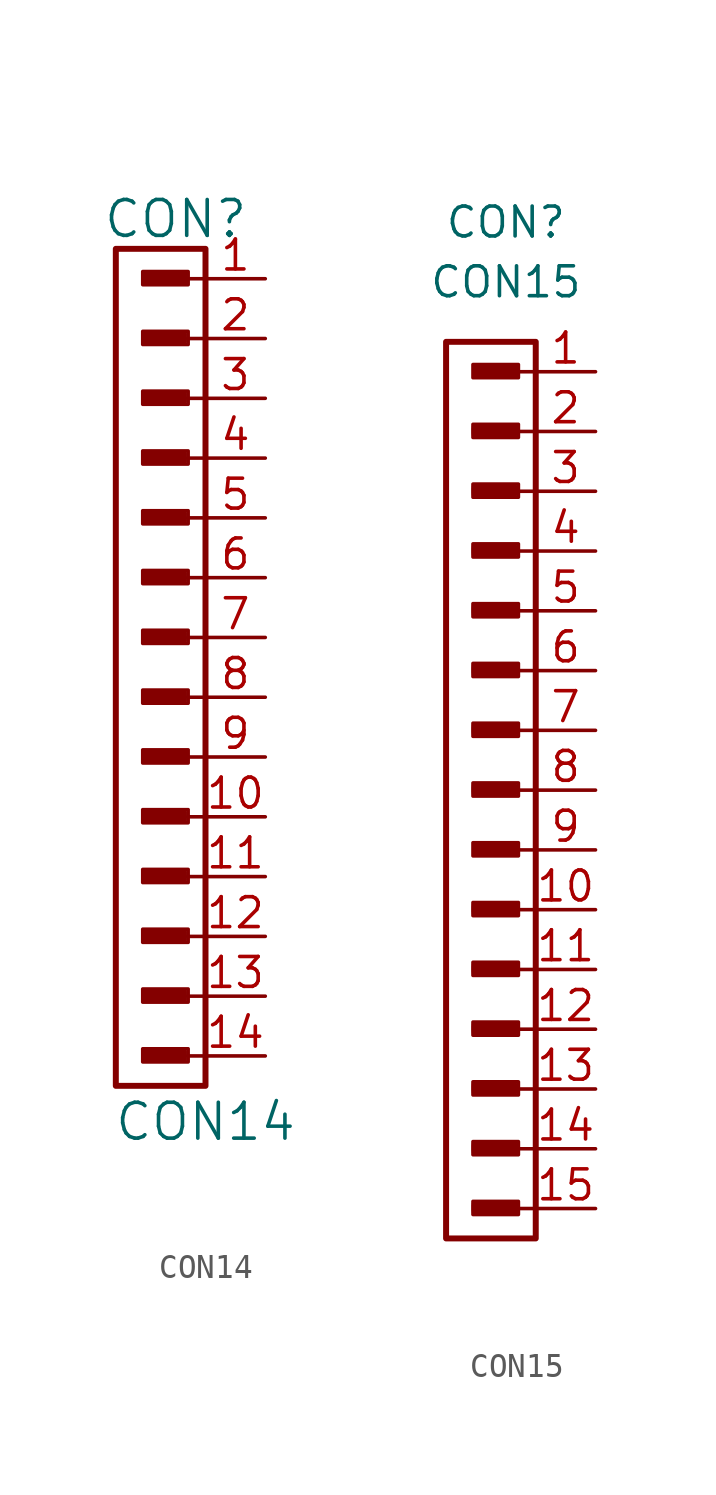
<source format=kicad_sym>
(kicad_symbol_lib
  (version 20211014)
  (generator kicad_symbol_editor)
  (symbol "CON14"
    (pin_names
      (offset 1.016))
    (property "Reference" "CON"
      (at -1.27 17.78 0)
      (effects (font (size 1.524 1.524))))
    (property "Value" "CON14"
      (at 0 -20.574 0)
      (effects (font (size 1.524 1.524))))
    (property "Footprint" ""
      (at -1.905 13.97 0)
      (effects (font (size 1.524 1.524))))
    (property "Datasheet" ""
      (at -1.905 13.97 0)
      (effects (font (size 1.524 1.524))))
    (symbol "CON14_0_0"
      (rectangle (start -2.642 -17.932) (end -0.864 -17.577) (stroke (width 0) (type default) (color 0 0 0 0)) (fill (type none)))
      (rectangle (start -2.642 -15.392) (end -0.864 -15.037) (stroke (width 0) (type default) (color 0 0 0 0)) (fill (type none)))
      (rectangle (start -2.642 -12.852) (end -0.864 -12.497) (stroke (width 0) (type default) (color 0 0 0 0)) (fill (type none)))
      (rectangle (start -2.642 -10.312) (end -0.864 -9.957) (stroke (width 0) (type default) (color 0 0 0 0)) (fill (type none)))
      (rectangle (start -2.642 -7.772) (end -0.864 -7.417) (stroke (width 0) (type default) (color 0 0 0 0)) (fill (type none)))
      (rectangle (start -2.642 -2.692) (end -0.864 -2.337) (stroke (width 0) (type default) (color 0 0 0 0)) (fill (type none)))
      (rectangle (start -2.642 -0.152) (end -0.864 0.203) (stroke (width 0) (type default) (color 0 0 0 0)) (fill (type none)))
      (rectangle (start -2.642 2.388) (end -0.864 2.743) (stroke (width 0) (type default) (color 0 0 0 0)) (fill (type none)))
      (rectangle (start -2.642 4.928) (end -0.864 5.283) (stroke (width 0) (type default) (color 0 0 0 0)) (fill (type none)))
      (rectangle (start -2.642 7.468) (end -0.864 7.823) (stroke (width 0) (type default) (color 0 0 0 0)) (fill (type none)))
      (rectangle (start -2.642 10.008) (end -0.864 10.363) (stroke (width 0) (type default) (color 0 0 0 0)) (fill (type none)))
      (rectangle (start -2.642 12.548) (end -0.864 12.903) (stroke (width 0) (type default) (color 0 0 0 0)) (fill (type none)))
      (rectangle (start -2.616 -17.831) (end -0.965 -17.729) (stroke (width 0) (type default) (color 0 0 0 0)) (fill (type none)))
      (rectangle (start -2.616 -15.291) (end -0.965 -15.189) (stroke (width 0) (type default) (color 0 0 0 0)) (fill (type none)))
      (rectangle (start -2.616 -12.751) (end -0.965 -12.649) (stroke (width 0) (type default) (color 0 0 0 0)) (fill (type none)))
      (rectangle (start -2.616 -10.211) (end -0.965 -10.109) (stroke (width 0) (type default) (color 0 0 0 0)) (fill (type none)))
      (rectangle (start -2.616 -7.671) (end -0.965 -7.569) (stroke (width 0) (type default) (color 0 0 0 0)) (fill (type none)))
      (rectangle (start -2.616 -5.232) (end -0.838 -4.877) (stroke (width 0) (type default) (color 0 0 0 0)) (fill (type none)))
      (rectangle (start -2.616 -2.591) (end -0.965 -2.489) (stroke (width 0) (type default) (color 0 0 0 0)) (fill (type none)))
      (rectangle (start -2.616 -0.051) (end -0.965 0.051) (stroke (width 0) (type default) (color 0 0 0 0)) (fill (type none)))
      (rectangle (start -2.616 2.489) (end -0.965 2.591) (stroke (width 0) (type default) (color 0 0 0 0)) (fill (type none)))
      (rectangle (start -2.616 5.029) (end -0.965 5.131) (stroke (width 0) (type default) (color 0 0 0 0)) (fill (type none)))
      (rectangle (start -2.616 7.569) (end -0.965 7.671) (stroke (width 0) (type default) (color 0 0 0 0)) (fill (type none)))
      (rectangle (start -2.616 10.109) (end -0.965 10.211) (stroke (width 0) (type default) (color 0 0 0 0)) (fill (type none)))
      (rectangle (start -2.616 12.649) (end -0.965 12.751) (stroke (width 0) (type default) (color 0 0 0 0)) (fill (type none)))
      (rectangle (start -2.616 15.088) (end -0.838 15.443) (stroke (width 0) (type default) (color 0 0 0 0)) (fill (type none)))
      (rectangle (start -2.591 -5.105) (end -0.94 -5.004) (stroke (width 0) (type default) (color 0 0 0 0)) (fill (type none)))
      (rectangle (start -2.591 15.215) (end -0.94 15.316) (stroke (width 0) (type default) (color 0 0 0 0)) (fill (type none)))
      (rectangle (start -0.965 -17.653) (end -2.642 -17.856) (stroke (width 0) (type default) (color 0 0 0 0)) (fill (type none)))
      (rectangle (start -0.965 -15.113) (end -2.642 -15.316) (stroke (width 0) (type default) (color 0 0 0 0)) (fill (type none)))
      (rectangle (start -0.965 -12.573) (end -2.642 -12.776) (stroke (width 0) (type default) (color 0 0 0 0)) (fill (type none)))
      (rectangle (start -0.965 -10.033) (end -2.642 -10.236) (stroke (width 0) (type default) (color 0 0 0 0)) (fill (type none)))
      (rectangle (start -0.965 -7.493) (end -2.642 -7.696) (stroke (width 0) (type default) (color 0 0 0 0)) (fill (type none)))
      (rectangle (start -0.965 -2.413) (end -2.642 -2.616) (stroke (width 0) (type default) (color 0 0 0 0)) (fill (type none)))
      (rectangle (start -0.965 0.127) (end -2.642 -0.076) (stroke (width 0) (type default) (color 0 0 0 0)) (fill (type none)))
      (rectangle (start -0.965 2.667) (end -2.642 2.464) (stroke (width 0) (type default) (color 0 0 0 0)) (fill (type none)))
      (rectangle (start -0.965 5.207) (end -2.642 5.004) (stroke (width 0) (type default) (color 0 0 0 0)) (fill (type none)))
      (rectangle (start -0.965 7.747) (end -2.642 7.544) (stroke (width 0) (type default) (color 0 0 0 0)) (fill (type none)))
      (rectangle (start -0.965 10.287) (end -2.642 10.084) (stroke (width 0) (type default) (color 0 0 0 0)) (fill (type none)))
      (rectangle (start -0.965 12.827) (end -2.642 12.624) (stroke (width 0) (type default) (color 0 0 0 0)) (fill (type none)))
      (rectangle (start -0.864 -4.978) (end -2.54 -5.182) (stroke (width 0) (type default) (color 0 0 0 0)) (fill (type none)))
      (rectangle (start -0.864 15.342) (end -2.54 15.138) (stroke (width 0) (type default) (color 0 0 0 0)) (fill (type none)))
      (rectangle (start -0.737 -17.475) (end -2.667 -18.034) (stroke (width 0) (type default) (color 0 0 0 0)) (fill (type none)))
      (rectangle (start -0.737 -14.935) (end -2.667 -15.494) (stroke (width 0) (type default) (color 0 0 0 0)) (fill (type none)))
      (rectangle (start -0.737 -12.395) (end -2.667 -12.954) (stroke (width 0) (type default) (color 0 0 0 0)) (fill (type none)))
      (rectangle (start -0.737 -9.855) (end -2.667 -10.414) (stroke (width 0) (type default) (color 0 0 0 0)) (fill (type none)))
      (rectangle (start -0.737 -7.315) (end -2.667 -7.874) (stroke (width 0) (type default) (color 0 0 0 0)) (fill (type none)))
      (rectangle (start -0.737 -4.775) (end -2.667 -5.334) (stroke (width 0) (type default) (color 0 0 0 0)) (fill (type none)))
      (rectangle (start -0.737 -2.235) (end -2.667 -2.794) (stroke (width 0) (type default) (color 0 0 0 0)) (fill (type none)))
      (rectangle (start -0.737 0.305) (end -2.667 -0.254) (stroke (width 0) (type default) (color 0 0 0 0)) (fill (type none)))
      (rectangle (start -0.737 2.845) (end -2.667 2.286) (stroke (width 0) (type default) (color 0 0 0 0)) (fill (type none)))
      (rectangle (start -0.737 5.385) (end -2.667 4.826) (stroke (width 0) (type default) (color 0 0 0 0)) (fill (type none)))
      (rectangle (start -0.737 7.925) (end -2.667 7.366) (stroke (width 0) (type default) (color 0 0 0 0)) (fill (type none)))
      (rectangle (start -0.737 10.465) (end -2.667 9.906) (stroke (width 0) (type default) (color 0 0 0 0)) (fill (type none)))
      (rectangle (start -0.737 13.005) (end -2.667 12.446) (stroke (width 0) (type default) (color 0 0 0 0)) (fill (type none)))
      (rectangle (start -0.737 15.545) (end -2.667 14.986) (stroke (width 0) (type default) (color 0 0 0 0)) (fill (type none)))
      (polyline (pts (xy 0 -17.78) (xy -0.762 -17.78)) (stroke (width 0) (type default) (color 0 0 0 0)) (fill (type none)))
      (polyline (pts (xy 0 -15.24) (xy -0.762 -15.24)) (stroke (width 0) (type default) (color 0 0 0 0)) (fill (type none)))
      (polyline (pts (xy 0 -12.7) (xy -0.762 -12.7)) (stroke (width 0) (type default) (color 0 0 0 0)) (fill (type none)))
      (polyline (pts (xy 0 -10.16) (xy -0.762 -10.16)) (stroke (width 0) (type default) (color 0 0 0 0)) (fill (type none)))
      (polyline (pts (xy 0 -7.62) (xy -0.762 -7.62)) (stroke (width 0) (type default) (color 0 0 0 0)) (fill (type none)))
      (polyline (pts (xy 0 -5.08) (xy -0.762 -5.08)) (stroke (width 0) (type default) (color 0 0 0 0)) (fill (type none)))
      (polyline (pts (xy 0 -2.54) (xy -0.762 -2.54)) (stroke (width 0) (type default) (color 0 0 0 0)) (fill (type none)))
      (polyline (pts (xy 0 0) (xy -0.762 0)) (stroke (width 0) (type default) (color 0 0 0 0)) (fill (type none)))
      (polyline (pts (xy 0 2.54) (xy -0.762 2.54)) (stroke (width 0) (type default) (color 0 0 0 0)) (fill (type none)))
      (polyline (pts (xy 0 5.08) (xy -0.762 5.08)) (stroke (width 0) (type default) (color 0 0 0 0)) (fill (type none)))
      (polyline (pts (xy 0 7.62) (xy -0.762 7.62)) (stroke (width 0) (type default) (color 0 0 0 0)) (fill (type none)))
      (polyline (pts (xy 0 10.16) (xy -0.762 10.16)) (stroke (width 0) (type default) (color 0 0 0 0)) (fill (type none)))
      (polyline (pts (xy 0 12.7) (xy -0.762 12.7)) (stroke (width 0) (type default) (color 0 0 0 0)) (fill (type none)))
      (polyline (pts (xy 0 15.24) (xy -0.762 15.24)) (stroke (width 0) (type default) (color 0 0 0 0)) (fill (type none))))
    (symbol "CON14_0_1"
      (rectangle (start 0 16.51) (end -3.81 -19.05) (stroke (width 0.254) (type default) (color 0 0 0 0)) (fill (type none))))
    (symbol "CON14_1_1"
      (pin passive line (at 2.54 15.24 180) (length 2.54) (name "~" (effects (font (size 1.27 1.27)))) (number "1" (effects (font (size 1.27 1.27)))))
      (pin passive line (at 2.54 -7.62 180) (length 2.54) (name "~" (effects (font (size 1.27 1.27)))) (number "10" (effects (font (size 1.27 1.27)))))
      (pin passive line (at 2.54 -10.16 180) (length 2.54) (name "~" (effects (font (size 1.27 1.27)))) (number "11" (effects (font (size 1.27 1.27)))))
      (pin passive line (at 2.54 -12.7 180) (length 2.54) (name "~" (effects (font (size 1.27 1.27)))) (number "12" (effects (font (size 1.27 1.27)))))
      (pin passive line (at 2.54 -15.24 180) (length 2.54) (name "~" (effects (font (size 1.27 1.27)))) (number "13" (effects (font (size 1.27 1.27)))))
      (pin passive line (at 2.54 -17.78 180) (length 2.54) (name "~" (effects (font (size 1.27 1.27)))) (number "14" (effects (font (size 1.27 1.27)))))
      (pin passive line (at 2.54 12.7 180) (length 2.54) (name "~" (effects (font (size 1.27 1.27)))) (number "2" (effects (font (size 1.27 1.27)))))
      (pin passive line (at 2.54 10.16 180) (length 2.54) (name "~" (effects (font (size 1.27 1.27)))) (number "3" (effects (font (size 1.27 1.27)))))
      (pin passive line (at 2.54 7.62 180) (length 2.54) (name "~" (effects (font (size 1.27 1.27)))) (number "4" (effects (font (size 1.27 1.27)))))
      (pin passive line (at 2.54 5.08 180) (length 2.54) (name "~" (effects (font (size 1.27 1.27)))) (number "5" (effects (font (size 1.27 1.27)))))
      (pin passive line (at 2.54 2.54 180) (length 2.54) (name "~" (effects (font (size 1.27 1.27)))) (number "6" (effects (font (size 1.27 1.27)))))
      (pin passive line (at 2.54 0 180) (length 2.54) (name "~" (effects (font (size 1.27 1.27)))) (number "7" (effects (font (size 1.27 1.27)))))
      (pin passive line (at 2.54 -2.54 180) (length 2.54) (name "~" (effects (font (size 1.27 1.27)))) (number "8" (effects (font (size 1.27 1.27)))))
      (pin passive line (at 2.54 -5.08 180) (length 2.54) (name "~" (effects (font (size 1.27 1.27)))) (number "9" (effects (font (size 1.27 1.27)))))))
  (symbol "CON15"
    (pin_names
      (offset 1.016))
    (property "Reference" "CON"
      (at -1.27 24.13 0)
      (effects (font (size 1.27 1.27))))
    (property "Value" "CON15"
      (at -1.27 21.59 0)
      (effects (font (size 1.27 1.27))))
    (symbol "CON15_1_0"
      (rectangle (start -2.642 -17.932) (end -0.864 -17.577) (stroke (width 0) (type default) (color 0 0 0 0)) (fill (type none)))
      (rectangle (start -2.642 -15.392) (end -0.864 -15.037) (stroke (width 0) (type default) (color 0 0 0 0)) (fill (type none)))
      (rectangle (start -2.642 -12.852) (end -0.864 -12.497) (stroke (width 0) (type default) (color 0 0 0 0)) (fill (type none)))
      (rectangle (start -2.642 -10.312) (end -0.864 -9.957) (stroke (width 0) (type default) (color 0 0 0 0)) (fill (type none)))
      (rectangle (start -2.642 -7.772) (end -0.864 -7.417) (stroke (width 0) (type default) (color 0 0 0 0)) (fill (type none)))
      (rectangle (start -2.642 -5.232) (end -0.864 -4.877) (stroke (width 0) (type default) (color 0 0 0 0)) (fill (type none)))
      (rectangle (start -2.642 -0.152) (end -0.864 0.203) (stroke (width 0) (type default) (color 0 0 0 0)) (fill (type none)))
      (rectangle (start -2.642 2.388) (end -0.864 2.743) (stroke (width 0) (type default) (color 0 0 0 0)) (fill (type none)))
      (rectangle (start -2.642 4.928) (end -0.864 5.283) (stroke (width 0) (type default) (color 0 0 0 0)) (fill (type none)))
      (rectangle (start -2.642 7.468) (end -0.864 7.823) (stroke (width 0) (type default) (color 0 0 0 0)) (fill (type none)))
      (rectangle (start -2.642 10.008) (end -0.864 10.363) (stroke (width 0) (type default) (color 0 0 0 0)) (fill (type none)))
      (rectangle (start -2.642 12.548) (end -0.864 12.903) (stroke (width 0) (type default) (color 0 0 0 0)) (fill (type none)))
      (rectangle (start -2.642 15.088) (end -0.864 15.443) (stroke (width 0) (type default) (color 0 0 0 0)) (fill (type none)))
      (rectangle (start -2.616 -17.831) (end -0.965 -17.729) (stroke (width 0) (type default) (color 0 0 0 0)) (fill (type none)))
      (rectangle (start -2.616 -15.291) (end -0.965 -15.189) (stroke (width 0) (type default) (color 0 0 0 0)) (fill (type none)))
      (rectangle (start -2.616 -12.751) (end -0.965 -12.649) (stroke (width 0) (type default) (color 0 0 0 0)) (fill (type none)))
      (rectangle (start -2.616 -10.211) (end -0.965 -10.109) (stroke (width 0) (type default) (color 0 0 0 0)) (fill (type none)))
      (rectangle (start -2.616 -7.671) (end -0.965 -7.569) (stroke (width 0) (type default) (color 0 0 0 0)) (fill (type none)))
      (rectangle (start -2.616 -5.131) (end -0.965 -5.029) (stroke (width 0) (type default) (color 0 0 0 0)) (fill (type none)))
      (rectangle (start -2.616 -2.692) (end -0.838 -2.337) (stroke (width 0) (type default) (color 0 0 0 0)) (fill (type none)))
      (rectangle (start -2.616 -0.051) (end -0.965 0.051) (stroke (width 0) (type default) (color 0 0 0 0)) (fill (type none)))
      (rectangle (start -2.616 2.489) (end -0.965 2.591) (stroke (width 0) (type default) (color 0 0 0 0)) (fill (type none)))
      (rectangle (start -2.616 5.029) (end -0.965 5.131) (stroke (width 0) (type default) (color 0 0 0 0)) (fill (type none)))
      (rectangle (start -2.616 7.569) (end -0.965 7.671) (stroke (width 0) (type default) (color 0 0 0 0)) (fill (type none)))
      (rectangle (start -2.616 10.109) (end -0.965 10.211) (stroke (width 0) (type default) (color 0 0 0 0)) (fill (type none)))
      (rectangle (start -2.616 12.649) (end -0.965 12.751) (stroke (width 0) (type default) (color 0 0 0 0)) (fill (type none)))
      (rectangle (start -2.616 15.189) (end -0.965 15.291) (stroke (width 0) (type default) (color 0 0 0 0)) (fill (type none)))
      (rectangle (start -2.616 17.628) (end -0.838 17.983) (stroke (width 0) (type default) (color 0 0 0 0)) (fill (type none)))
      (rectangle (start -2.591 -2.565) (end -0.94 -2.464) (stroke (width 0) (type default) (color 0 0 0 0)) (fill (type none)))
      (rectangle (start -2.591 17.755) (end -0.94 17.856) (stroke (width 0) (type default) (color 0 0 0 0)) (fill (type none)))
      (rectangle (start -0.965 -17.653) (end -2.642 -17.856) (stroke (width 0) (type default) (color 0 0 0 0)) (fill (type none)))
      (rectangle (start -0.965 -15.113) (end -2.642 -15.316) (stroke (width 0) (type default) (color 0 0 0 0)) (fill (type none)))
      (rectangle (start -0.965 -12.573) (end -2.642 -12.776) (stroke (width 0) (type default) (color 0 0 0 0)) (fill (type none)))
      (rectangle (start -0.965 -10.033) (end -2.642 -10.236) (stroke (width 0) (type default) (color 0 0 0 0)) (fill (type none)))
      (rectangle (start -0.965 -7.493) (end -2.642 -7.696) (stroke (width 0) (type default) (color 0 0 0 0)) (fill (type none)))
      (rectangle (start -0.965 -4.953) (end -2.642 -5.156) (stroke (width 0) (type default) (color 0 0 0 0)) (fill (type none)))
      (rectangle (start -0.965 0.127) (end -2.642 -0.076) (stroke (width 0) (type default) (color 0 0 0 0)) (fill (type none)))
      (rectangle (start -0.965 2.667) (end -2.642 2.464) (stroke (width 0) (type default) (color 0 0 0 0)) (fill (type none)))
      (rectangle (start -0.965 5.207) (end -2.642 5.004) (stroke (width 0) (type default) (color 0 0 0 0)) (fill (type none)))
      (rectangle (start -0.965 7.747) (end -2.642 7.544) (stroke (width 0) (type default) (color 0 0 0 0)) (fill (type none)))
      (rectangle (start -0.965 10.287) (end -2.642 10.084) (stroke (width 0) (type default) (color 0 0 0 0)) (fill (type none)))
      (rectangle (start -0.965 12.827) (end -2.642 12.624) (stroke (width 0) (type default) (color 0 0 0 0)) (fill (type none)))
      (rectangle (start -0.965 15.367) (end -2.642 15.164) (stroke (width 0) (type default) (color 0 0 0 0)) (fill (type none)))
      (rectangle (start -0.864 -2.438) (end -2.54 -2.642) (stroke (width 0) (type default) (color 0 0 0 0)) (fill (type none)))
      (rectangle (start -0.864 17.882) (end -2.54 17.678) (stroke (width 0) (type default) (color 0 0 0 0)) (fill (type none)))
      (rectangle (start -0.737 -17.475) (end -2.667 -18.034) (stroke (width 0) (type default) (color 0 0 0 0)) (fill (type none)))
      (rectangle (start -0.737 -14.935) (end -2.667 -15.494) (stroke (width 0) (type default) (color 0 0 0 0)) (fill (type none)))
      (rectangle (start -0.737 -12.395) (end -2.667 -12.954) (stroke (width 0) (type default) (color 0 0 0 0)) (fill (type none)))
      (rectangle (start -0.737 -9.855) (end -2.667 -10.414) (stroke (width 0) (type default) (color 0 0 0 0)) (fill (type none)))
      (rectangle (start -0.737 -7.315) (end -2.667 -7.874) (stroke (width 0) (type default) (color 0 0 0 0)) (fill (type none)))
      (rectangle (start -0.737 -4.775) (end -2.667 -5.334) (stroke (width 0) (type default) (color 0 0 0 0)) (fill (type none)))
      (rectangle (start -0.737 -2.235) (end -2.667 -2.794) (stroke (width 0) (type default) (color 0 0 0 0)) (fill (type none)))
      (rectangle (start -0.737 0.305) (end -2.667 -0.254) (stroke (width 0) (type default) (color 0 0 0 0)) (fill (type none)))
      (rectangle (start -0.737 2.845) (end -2.667 2.286) (stroke (width 0) (type default) (color 0 0 0 0)) (fill (type none)))
      (rectangle (start -0.737 5.385) (end -2.667 4.826) (stroke (width 0) (type default) (color 0 0 0 0)) (fill (type none)))
      (rectangle (start -0.737 7.925) (end -2.667 7.366) (stroke (width 0) (type default) (color 0 0 0 0)) (fill (type none)))
      (rectangle (start -0.737 10.465) (end -2.667 9.906) (stroke (width 0) (type default) (color 0 0 0 0)) (fill (type none)))
      (rectangle (start -0.737 13.005) (end -2.667 12.446) (stroke (width 0) (type default) (color 0 0 0 0)) (fill (type none)))
      (rectangle (start -0.737 15.545) (end -2.667 14.986) (stroke (width 0) (type default) (color 0 0 0 0)) (fill (type none)))
      (rectangle (start -0.737 18.085) (end -2.667 17.526) (stroke (width 0) (type default) (color 0 0 0 0)) (fill (type none)))
      (polyline (pts (xy 0 -17.78) (xy -0.762 -17.78)) (stroke (width 0) (type default) (color 0 0 0 0)) (fill (type none)))
      (polyline (pts (xy 0 -15.24) (xy -0.762 -15.24)) (stroke (width 0) (type default) (color 0 0 0 0)) (fill (type none)))
      (polyline (pts (xy 0 -12.7) (xy -0.762 -12.7)) (stroke (width 0) (type default) (color 0 0 0 0)) (fill (type none)))
      (polyline (pts (xy 0 -10.16) (xy -0.762 -10.16)) (stroke (width 0) (type default) (color 0 0 0 0)) (fill (type none)))
      (polyline (pts (xy 0 -7.62) (xy -0.762 -7.62)) (stroke (width 0) (type default) (color 0 0 0 0)) (fill (type none)))
      (polyline (pts (xy 0 -5.08) (xy -0.762 -5.08)) (stroke (width 0) (type default) (color 0 0 0 0)) (fill (type none)))
      (polyline (pts (xy 0 -2.54) (xy -0.762 -2.54)) (stroke (width 0) (type default) (color 0 0 0 0)) (fill (type none)))
      (polyline (pts (xy 0 0) (xy -0.762 0)) (stroke (width 0) (type default) (color 0 0 0 0)) (fill (type none)))
      (polyline (pts (xy 0 2.54) (xy -0.762 2.54)) (stroke (width 0) (type default) (color 0 0 0 0)) (fill (type none)))
      (polyline (pts (xy 0 5.08) (xy -0.762 5.08)) (stroke (width 0) (type default) (color 0 0 0 0)) (fill (type none)))
      (polyline (pts (xy 0 7.62) (xy -0.762 7.62)) (stroke (width 0) (type default) (color 0 0 0 0)) (fill (type none)))
      (polyline (pts (xy 0 10.16) (xy -0.762 10.16)) (stroke (width 0) (type default) (color 0 0 0 0)) (fill (type none)))
      (polyline (pts (xy 0 12.7) (xy -0.762 12.7)) (stroke (width 0) (type default) (color 0 0 0 0)) (fill (type none)))
      (polyline (pts (xy 0 15.24) (xy -0.762 15.24)) (stroke (width 0) (type default) (color 0 0 0 0)) (fill (type none)))
      (polyline (pts (xy 0 17.78) (xy -0.762 17.78)) (stroke (width 0) (type default) (color 0 0 0 0)) (fill (type none))))
    (symbol "CON15_1_1"
      (rectangle (start -3.81 19.05) (end 0 -19.05) (stroke (width 0.254) (type default) (color 0 0 0 0)) (fill (type none)))
      (pin passive line (at 2.54 17.78 180) (length 2.54) (name "~" (effects (font (size 1.27 1.27)))) (number "1" (effects (font (size 1.27 1.27)))))
      (pin passive line (at 2.54 -5.08 180) (length 2.54) (name "~" (effects (font (size 1.27 1.27)))) (number "10" (effects (font (size 1.27 1.27)))))
      (pin passive line (at 2.54 -7.62 180) (length 2.54) (name "~" (effects (font (size 1.27 1.27)))) (number "11" (effects (font (size 1.27 1.27)))))
      (pin passive line (at 2.54 -10.16 180) (length 2.54) (name "~" (effects (font (size 1.27 1.27)))) (number "12" (effects (font (size 1.27 1.27)))))
      (pin passive line (at 2.54 -12.7 180) (length 2.54) (name "~" (effects (font (size 1.27 1.27)))) (number "13" (effects (font (size 1.27 1.27)))))
      (pin passive line (at 2.54 -15.24 180) (length 2.54) (name "~" (effects (font (size 1.27 1.27)))) (number "14" (effects (font (size 1.27 1.27)))))
      (pin passive line (at 2.54 -17.78 180) (length 2.54) (name "~" (effects (font (size 1.27 1.27)))) (number "15" (effects (font (size 1.27 1.27)))))
      (pin passive line (at 2.54 15.24 180) (length 2.54) (name "~" (effects (font (size 1.27 1.27)))) (number "2" (effects (font (size 1.27 1.27)))))
      (pin passive line (at 2.54 12.7 180) (length 2.54) (name "~" (effects (font (size 1.27 1.27)))) (number "3" (effects (font (size 1.27 1.27)))))
      (pin passive line (at 2.54 10.16 180) (length 2.54) (name "~" (effects (font (size 1.27 1.27)))) (number "4" (effects (font (size 1.27 1.27)))))
      (pin passive line (at 2.54 7.62 180) (length 2.54) (name "~" (effects (font (size 1.27 1.27)))) (number "5" (effects (font (size 1.27 1.27)))))
      (pin passive line (at 2.54 5.08 180) (length 2.54) (name "~" (effects (font (size 1.27 1.27)))) (number "6" (effects (font (size 1.27 1.27)))))
      (pin passive line (at 2.54 2.54 180) (length 2.54) (name "~" (effects (font (size 1.27 1.27)))) (number "7" (effects (font (size 1.27 1.27)))))
      (pin passive line (at 2.54 0 180) (length 2.54) (name "~" (effects (font (size 1.27 1.27)))) (number "8" (effects (font (size 1.27 1.27)))))
      (pin passive line (at 2.54 -2.54 180) (length 2.54) (name "~" (effects (font (size 1.27 1.27)))) (number "9" (effects (font (size 1.27 1.27))))))))
</source>
